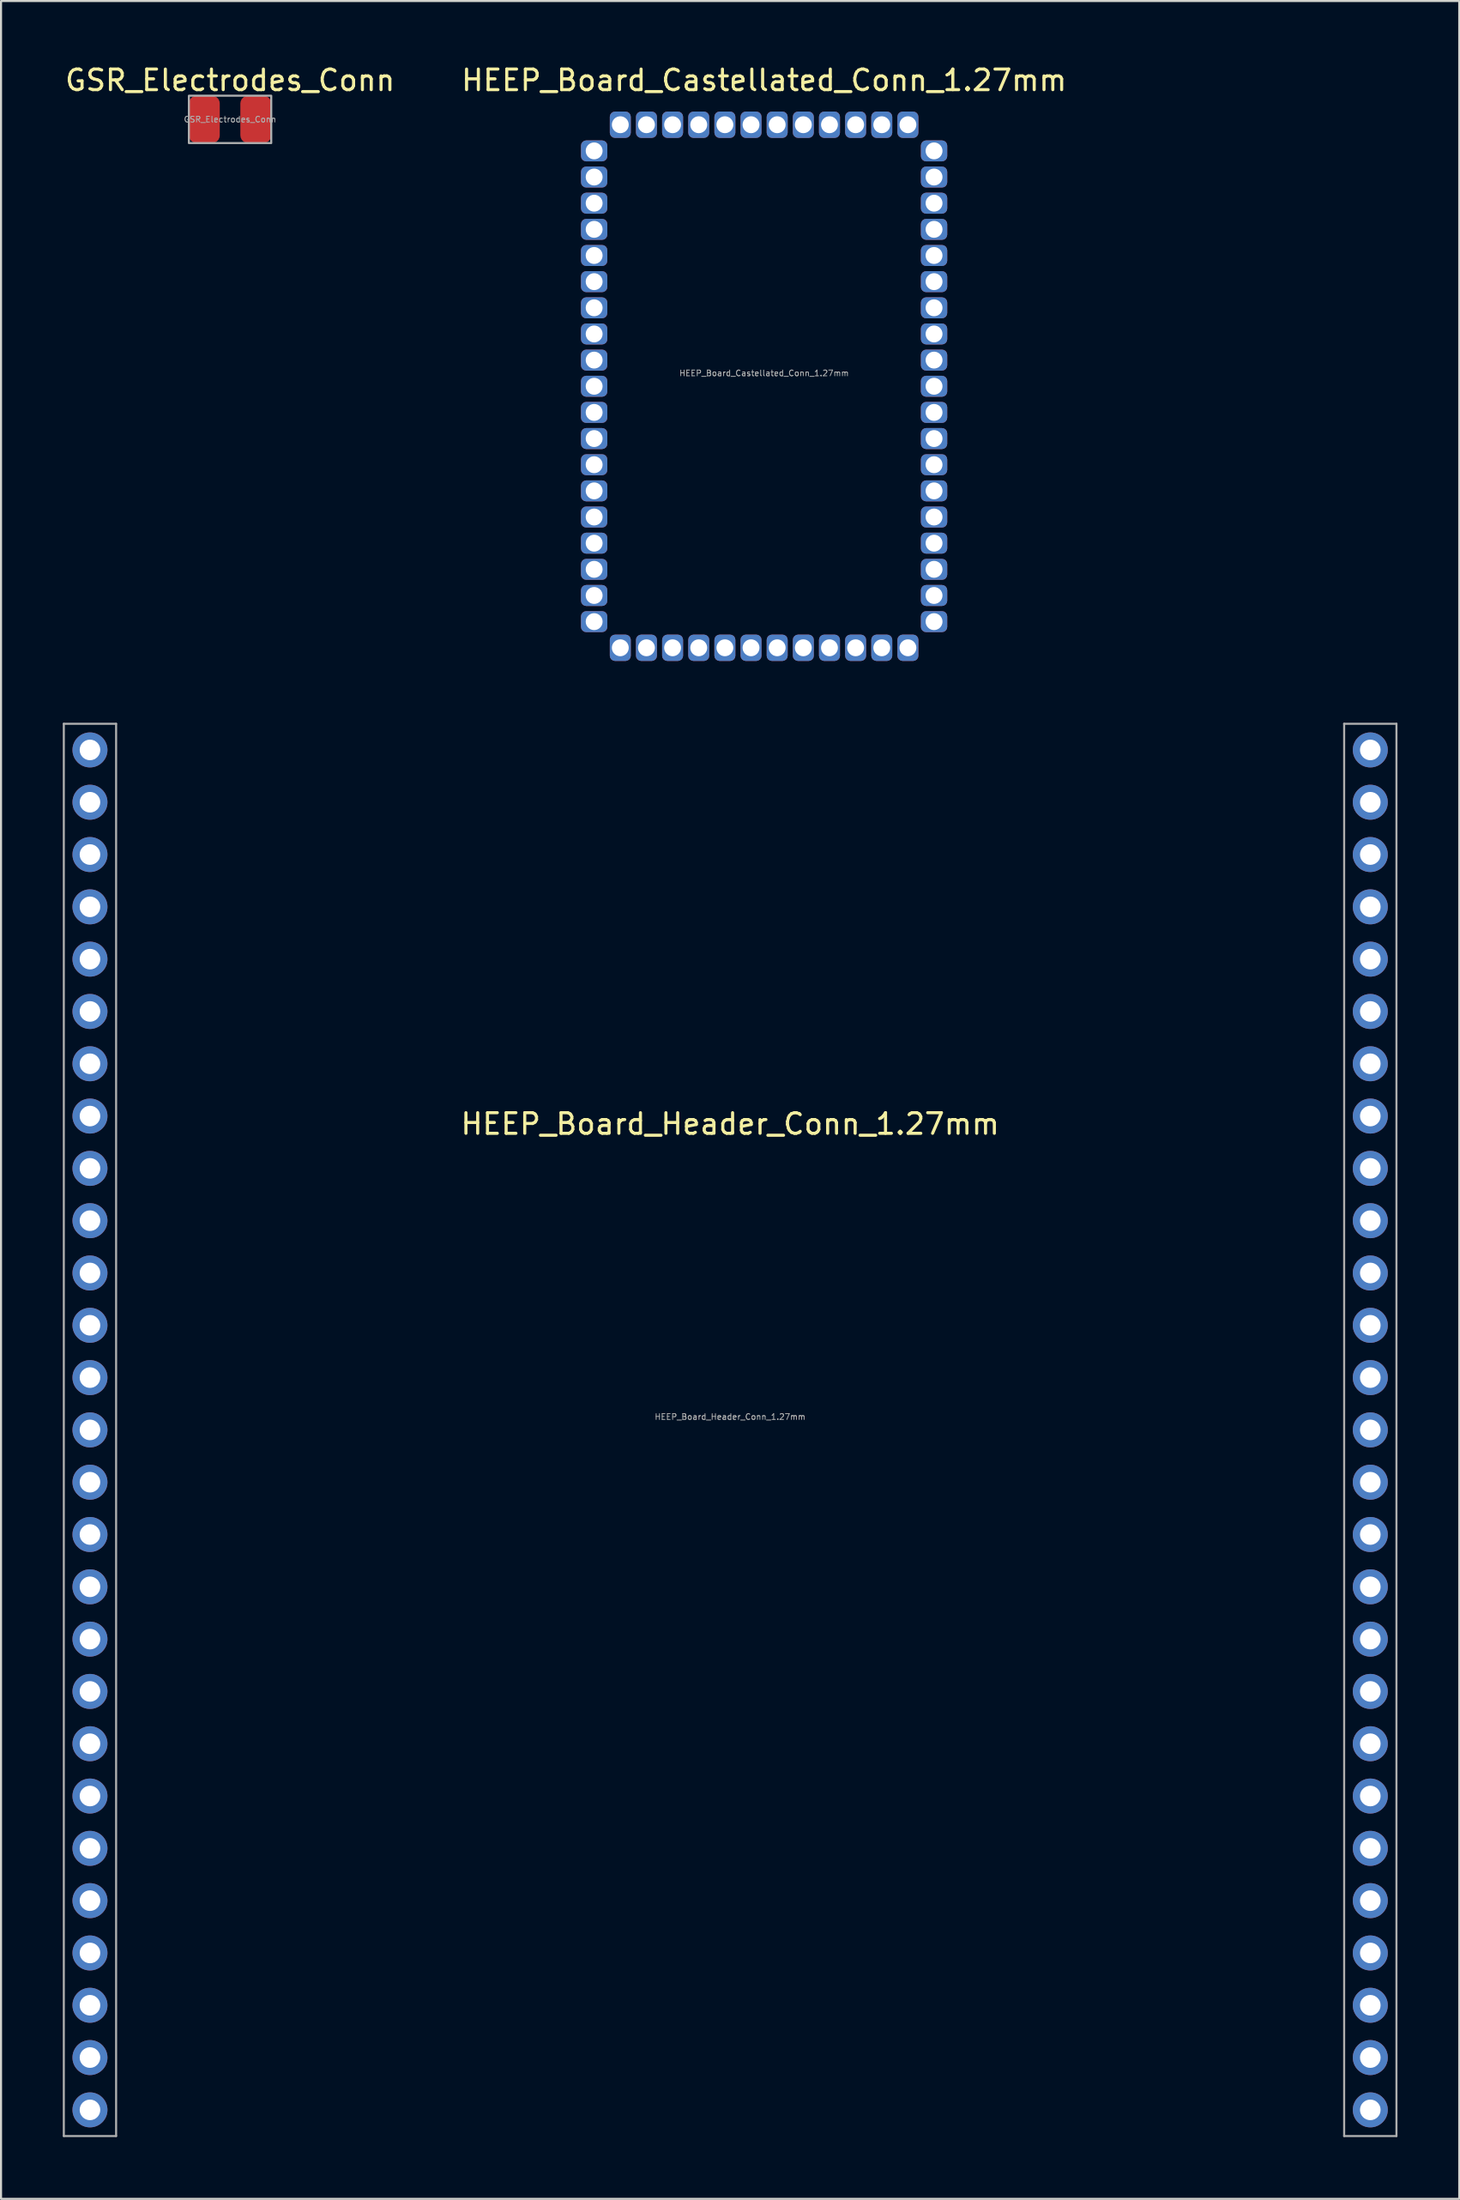
<source format=kicad_pcb>
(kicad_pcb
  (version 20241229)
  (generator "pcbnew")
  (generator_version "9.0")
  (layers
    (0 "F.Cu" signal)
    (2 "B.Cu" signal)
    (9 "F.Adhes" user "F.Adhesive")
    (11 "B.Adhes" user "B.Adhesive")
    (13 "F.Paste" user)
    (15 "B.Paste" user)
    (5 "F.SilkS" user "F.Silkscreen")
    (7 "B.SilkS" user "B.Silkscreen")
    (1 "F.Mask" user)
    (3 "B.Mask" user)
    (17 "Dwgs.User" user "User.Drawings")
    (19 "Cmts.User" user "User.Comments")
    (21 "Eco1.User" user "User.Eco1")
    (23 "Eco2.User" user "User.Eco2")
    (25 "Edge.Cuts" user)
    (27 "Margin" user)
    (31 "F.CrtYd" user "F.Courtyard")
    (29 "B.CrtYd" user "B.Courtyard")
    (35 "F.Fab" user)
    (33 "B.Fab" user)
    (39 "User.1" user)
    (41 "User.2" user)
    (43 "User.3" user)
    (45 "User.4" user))
  (footprint "GSR_Electrodes_Conn"
    (layer "F.Cu")
    (at 8.125 2.748)
    (property "Reference" "GSR_Electrodes_Conn" (at 0 -1.9 0) (unlocked yes) (layer "F.SilkS") (effects (font (size 1 1) (thickness 0.15))))
    (attr smd)
    (fp_rect (start -2 -1.15) (end 2 1.15) (stroke (width 0.1) (type solid)) (fill no) (layer "F.Fab"))
    (fp_text user "${REFERENCE}" (at 0 0 0) (unlocked yes) (layer "F.Fab") (effects (font (size 0.28 0.28) (thickness 0.042))))
    (pad "1" smd roundrect (at -1.25 0) (size 1.5 2.3) (layers "F.Cu" "F.Mask" "F.Paste") (roundrect_rratio 0.25))
    (pad "2" smd roundrect (at 1.25 0) (size 1.5 2.3) (layers "F.Cu" "F.Mask" "F.Paste") (roundrect_rratio 0.25)))
  (footprint "HEEP_Board_Castellated_Conn_1.27mm"
    (layer "F.Cu")
    (at 34.065 15.707)
    (property "Reference" "HEEP_Board_Castellated_Conn_1.27mm" (at 0 -14.859 0) (unlocked yes) (layer "F.SilkS") (effects (font (size 1 1) (thickness 0.15))))
    (attr smd)
    (fp_rect (start -8.255 12.7) (end 8.255 -12.7) (stroke (width 0.1) (type default)) (fill no) (layer "User.1"))
    (fp_text user "${REFERENCE}" (at 0 -0.635 0) (unlocked yes) (layer "F.Fab") (effects (font (size 0.28 0.28) (thickness 0.042))))
    (pad "1" thru_hole roundrect (at -8.255 -11.43 270) (size 1.02 1.28) (drill 0.82) (property pad_prop_castellated) (layers "*.Cu" "*.Mask") (roundrect_rratio 0.25))
    (pad "2" thru_hole roundrect (at -8.255 -10.16 270) (size 1.02 1.28) (drill 0.82) (property pad_prop_castellated) (layers "*.Cu" "*.Mask") (roundrect_rratio 0.25))
    (pad "3" thru_hole roundrect (at -8.255 -8.89 270) (size 1.02 1.28) (drill 0.82) (property pad_prop_castellated) (layers "*.Cu" "*.Mask") (roundrect_rratio 0.25))
    (pad "4" thru_hole roundrect (at -8.255 -7.62 270) (size 1.02 1.28) (drill 0.82) (property pad_prop_castellated) (layers "*.Cu" "*.Mask") (roundrect_rratio 0.25))
    (pad "5" thru_hole roundrect (at -8.255 -6.35 270) (size 1.02 1.28) (drill 0.82) (property pad_prop_castellated) (layers "*.Cu" "*.Mask") (roundrect_rratio 0.25))
    (pad "6" thru_hole roundrect (at -8.255 -5.08 270) (size 1.02 1.28) (drill 0.82) (property pad_prop_castellated) (layers "*.Cu" "*.Mask") (roundrect_rratio 0.25))
    (pad "7" thru_hole roundrect (at -8.255 -3.81 270) (size 1.02 1.28) (drill 0.82) (property pad_prop_castellated) (layers "*.Cu" "*.Mask") (roundrect_rratio 0.25))
    (pad "8" thru_hole roundrect (at -8.255 -2.54 270) (size 1.02 1.28) (drill 0.82) (property pad_prop_castellated) (layers "*.Cu" "*.Mask") (roundrect_rratio 0.25))
    (pad "9" thru_hole roundrect (at -8.255 -1.27 90) (size 1.02 1.28) (drill 0.82) (property pad_prop_castellated) (layers "*.Cu" "*.Mask") (roundrect_rratio 0.25))
    (pad "10" thru_hole roundrect (at -8.255 0 90) (size 1.02 1.28) (drill 0.82) (property pad_prop_castellated) (layers "*.Cu" "*.Mask") (roundrect_rratio 0.25))
    (pad "11" thru_hole roundrect (at -8.255 1.27 90) (size 1.02 1.28) (drill 0.82) (property pad_prop_castellated) (layers "*.Cu" "*.Mask") (roundrect_rratio 0.25))
    (pad "12" thru_hole roundrect (at -8.255 2.54 90) (size 1.02 1.28) (drill 0.82) (property pad_prop_castellated) (layers "*.Cu" "*.Mask") (roundrect_rratio 0.25))
    (pad "13" thru_hole roundrect (at -8.255 3.81 90) (size 1.02 1.28) (drill 0.82) (property pad_prop_castellated) (layers "*.Cu" "*.Mask") (roundrect_rratio 0.25))
    (pad "14" thru_hole roundrect (at -8.255 5.08 90) (size 1.02 1.28) (drill 0.82) (property pad_prop_castellated) (layers "*.Cu" "*.Mask") (roundrect_rratio 0.25))
    (pad "15" thru_hole roundrect (at -8.255 6.35 90) (size 1.02 1.28) (drill 0.82) (property pad_prop_castellated) (layers "*.Cu" "*.Mask") (roundrect_rratio 0.25))
    (pad "16" thru_hole roundrect (at -8.255 7.62 90) (size 1.02 1.28) (drill 0.82) (property pad_prop_castellated) (layers "*.Cu" "*.Mask") (roundrect_rratio 0.25))
    (pad "17" thru_hole roundrect (at -8.255 8.89 90) (size 1.02 1.28) (drill 0.82) (property pad_prop_castellated) (layers "*.Cu" "*.Mask") (roundrect_rratio 0.25))
    (pad "18" thru_hole roundrect (at -8.255 10.16 90) (size 1.02 1.28) (drill 0.82) (property pad_prop_castellated) (layers "*.Cu" "*.Mask") (roundrect_rratio 0.25))
    (pad "19" thru_hole roundrect (at -8.255 11.43 90) (size 1.02 1.28) (drill 0.82) (property pad_prop_castellated) (layers "*.Cu" "*.Mask") (roundrect_rratio 0.25))
    (pad "20" thru_hole roundrect (at -6.985 12.7 180) (size 1.02 1.28) (drill 0.82) (property pad_prop_castellated) (layers "*.Cu" "*.Mask") (roundrect_rratio 0.25))
    (pad "21" thru_hole roundrect (at -5.715 12.7 180) (size 1.02 1.28) (drill 0.82) (property pad_prop_castellated) (layers "*.Cu" "*.Mask") (roundrect_rratio 0.25))
    (pad "22" thru_hole roundrect (at -4.445 12.7 180) (size 1.02 1.28) (drill 0.82) (property pad_prop_castellated) (layers "*.Cu" "*.Mask") (roundrect_rratio 0.25))
    (pad "23" thru_hole roundrect (at -3.175 12.7 180) (size 1.02 1.28) (drill 0.82) (property pad_prop_castellated) (layers "*.Cu" "*.Mask") (roundrect_rratio 0.25))
    (pad "24" thru_hole roundrect (at -1.905 12.7 180) (size 1.02 1.28) (drill 0.82) (property pad_prop_castellated) (layers "*.Cu" "*.Mask") (roundrect_rratio 0.25))
    (pad "25" thru_hole roundrect (at -0.635 12.7 180) (size 1.02 1.28) (drill 0.82) (property pad_prop_castellated) (layers "*.Cu" "*.Mask") (roundrect_rratio 0.25))
    (pad "26" thru_hole roundrect (at 0.635 12.7) (size 1.02 1.28) (drill 0.82) (property pad_prop_castellated) (layers "*.Cu" "*.Mask") (roundrect_rratio 0.25))
    (pad "27" thru_hole roundrect (at 1.905 12.7) (size 1.02 1.28) (drill 0.82) (property pad_prop_castellated) (layers "*.Cu" "*.Mask") (roundrect_rratio 0.25))
    (pad "28" thru_hole roundrect (at 3.175 12.7) (size 1.02 1.28) (drill 0.82) (property pad_prop_castellated) (layers "*.Cu" "*.Mask") (roundrect_rratio 0.25))
    (pad "29" thru_hole roundrect (at 4.445 12.7) (size 1.02 1.28) (drill 0.82) (property pad_prop_castellated) (layers "*.Cu" "*.Mask") (roundrect_rratio 0.25))
    (pad "30" thru_hole roundrect (at 5.715 12.7) (size 1.02 1.28) (drill 0.82) (property pad_prop_castellated) (layers "*.Cu" "*.Mask") (roundrect_rratio 0.25))
    (pad "31" thru_hole roundrect (at 6.985 12.7) (size 1.02 1.28) (drill 0.82) (property pad_prop_castellated) (layers "*.Cu" "*.Mask") (roundrect_rratio 0.25))
    (pad "32" thru_hole roundrect (at 8.255 11.43 270) (size 1.02 1.28) (drill 0.82) (property pad_prop_castellated) (layers "*.Cu" "*.Mask") (roundrect_rratio 0.25))
    (pad "33" thru_hole roundrect (at 8.255 10.16 270) (size 1.02 1.28) (drill 0.82) (property pad_prop_castellated) (layers "*.Cu" "*.Mask") (roundrect_rratio 0.25))
    (pad "34" thru_hole roundrect (at 8.255 8.89 270) (size 1.02 1.28) (drill 0.82) (property pad_prop_castellated) (layers "*.Cu" "*.Mask") (roundrect_rratio 0.25))
    (pad "35" thru_hole roundrect (at 8.255 7.62 270) (size 1.02 1.28) (drill 0.82) (property pad_prop_castellated) (layers "*.Cu" "*.Mask") (roundrect_rratio 0.25))
    (pad "36" thru_hole roundrect (at 8.255 6.35 270) (size 1.02 1.28) (drill 0.82) (property pad_prop_castellated) (layers "*.Cu" "*.Mask") (roundrect_rratio 0.25))
    (pad "37" thru_hole roundrect (at 8.255 5.08 270) (size 1.02 1.28) (drill 0.82) (property pad_prop_castellated) (layers "*.Cu" "*.Mask") (roundrect_rratio 0.25))
    (pad "38" thru_hole roundrect (at 8.255 3.81 270) (size 1.02 1.28) (drill 0.82) (property pad_prop_castellated) (layers "*.Cu" "*.Mask") (roundrect_rratio 0.25))
    (pad "39" thru_hole roundrect (at 8.255 2.54 270) (size 1.02 1.28) (drill 0.82) (property pad_prop_castellated) (layers "*.Cu" "*.Mask") (roundrect_rratio 0.25))
    (pad "40" thru_hole roundrect (at 8.255 1.27 270) (size 1.02 1.28) (drill 0.82) (property pad_prop_castellated) (layers "*.Cu" "*.Mask") (roundrect_rratio 0.25))
    (pad "41" thru_hole roundrect (at 8.255 0 270) (size 1.02 1.28) (drill 0.82) (property pad_prop_castellated) (layers "*.Cu" "*.Mask") (roundrect_rratio 0.25))
    (pad "42" thru_hole roundrect (at 8.255 -1.27 90) (size 1.02 1.28) (drill 0.82) (property pad_prop_castellated) (layers "*.Cu" "*.Mask") (roundrect_rratio 0.25))
    (pad "43" thru_hole roundrect (at 8.255 -2.54 90) (size 1.02 1.28) (drill 0.82) (property pad_prop_castellated) (layers "*.Cu" "*.Mask") (roundrect_rratio 0.25))
    (pad "44" thru_hole roundrect (at 8.255 -3.81 90) (size 1.02 1.28) (drill 0.82) (property pad_prop_castellated) (layers "*.Cu" "*.Mask") (roundrect_rratio 0.25))
    (pad "45" thru_hole roundrect (at 8.255 -5.08 90) (size 1.02 1.28) (drill 0.82) (property pad_prop_castellated) (layers "*.Cu" "*.Mask") (roundrect_rratio 0.25))
    (pad "46" thru_hole roundrect (at 8.255 -6.35 90) (size 1.02 1.28) (drill 0.82) (property pad_prop_castellated) (layers "*.Cu" "*.Mask") (roundrect_rratio 0.25))
    (pad "47" thru_hole roundrect (at 8.255 -7.62 90) (size 1.02 1.28) (drill 0.82) (property pad_prop_castellated) (layers "*.Cu" "*.Mask") (roundrect_rratio 0.25))
    (pad "48" thru_hole roundrect (at 8.255 -8.89 90) (size 1.02 1.28) (drill 0.82) (property pad_prop_castellated) (layers "*.Cu" "*.Mask") (roundrect_rratio 0.25))
    (pad "49" thru_hole roundrect (at 8.255 -10.16 270) (size 1.02 1.28) (drill 0.82) (property pad_prop_castellated) (layers "*.Cu" "*.Mask") (roundrect_rratio 0.25))
    (pad "50" thru_hole roundrect (at 8.255 -11.43 270) (size 1.02 1.28) (drill 0.82) (property pad_prop_castellated) (layers "*.Cu" "*.Mask") (roundrect_rratio 0.25))
    (pad "51" thru_hole roundrect (at 6.985 -12.7) (size 1.02 1.28) (drill 0.82) (property pad_prop_castellated) (layers "*.Cu" "*.Mask") (roundrect_rratio 0.25))
    (pad "52" thru_hole roundrect (at 5.715 -12.7) (size 1.02 1.28) (drill 0.82) (property pad_prop_castellated) (layers "*.Cu" "*.Mask") (roundrect_rratio 0.25))
    (pad "53" thru_hole roundrect (at 4.445 -12.7) (size 1.02 1.28) (drill 0.82) (property pad_prop_castellated) (layers "*.Cu" "*.Mask") (roundrect_rratio 0.25))
    (pad "54" thru_hole roundrect (at 3.175 -12.7) (size 1.02 1.28) (drill 0.82) (property pad_prop_castellated) (layers "*.Cu" "*.Mask") (roundrect_rratio 0.25))
    (pad "55" thru_hole roundrect (at 1.905 -12.7) (size 1.02 1.28) (drill 0.82) (property pad_prop_castellated) (layers "*.Cu" "*.Mask") (roundrect_rratio 0.25))
    (pad "56" thru_hole roundrect (at 0.635 -12.7 180) (size 1.02 1.28) (drill 0.82) (property pad_prop_castellated) (layers "*.Cu" "*.Mask") (roundrect_rratio 0.25))
    (pad "57" thru_hole roundrect (at -0.635 -12.7 180) (size 1.02 1.28) (drill 0.82) (property pad_prop_castellated) (layers "*.Cu" "*.Mask") (roundrect_rratio 0.25))
    (pad "58" thru_hole roundrect (at -1.905 -12.7 180) (size 1.02 1.28) (drill 0.82) (property pad_prop_castellated) (layers "*.Cu" "*.Mask") (roundrect_rratio 0.25))
    (pad "59" thru_hole roundrect (at -3.175 -12.7 180) (size 1.02 1.28) (drill 0.82) (property pad_prop_castellated) (layers "*.Cu" "*.Mask") (roundrect_rratio 0.25))
    (pad "60" thru_hole roundrect (at -4.445 -12.7 180) (size 1.02 1.28) (drill 0.82) (property pad_prop_castellated) (layers "*.Cu" "*.Mask") (roundrect_rratio 0.25))
    (pad "61" thru_hole roundrect (at -5.715 -12.7 180) (size 1.02 1.28) (drill 0.82) (property pad_prop_castellated) (layers "*.Cu" "*.Mask") (roundrect_rratio 0.25))
    (pad "62" thru_hole roundrect (at -6.985 -12.7 180) (size 1.02 1.28) (drill 0.82) (property pad_prop_castellated) (layers "*.Cu" "*.Mask") (roundrect_rratio 0.25)))
  (footprint "HEEP_Board_Header_Conn_1.27mm"
    (layer "F.Cu")
    (at 32.415 66.387)
    (property "Reference" "HEEP_Board_Header_Conn_1.27mm" (at 0 -14.859 0) (unlocked yes) (layer "F.SilkS") (effects (font (size 1 1) (thickness 0.15))))
    (attr smd)
    (fp_line (start -32.365 -34.29) (end -29.825 -34.29) (stroke (width 0.1) (type solid)) (layer "F.Fab"))
    (fp_line (start -32.365 34.29) (end -32.365 -34.29) (stroke (width 0.1) (type solid)) (layer "F.Fab"))
    (fp_line (start -29.825 -34.29) (end -29.825 34.29) (stroke (width 0.1) (type solid)) (layer "F.Fab"))
    (fp_line (start -29.825 34.29) (end -32.365 34.29) (stroke (width 0.1) (type solid)) (layer "F.Fab"))
    (fp_line (start 29.825 -34.29) (end 29.825 34.29) (stroke (width 0.1) (type solid)) (layer "F.Fab"))
    (fp_line (start 29.825 34.29) (end 32.365 34.29) (stroke (width 0.1) (type solid)) (layer "F.Fab"))
    (fp_line (start 32.365 -34.29) (end 29.825 -34.29) (stroke (width 0.1) (type solid)) (layer "F.Fab"))
    (fp_line (start 32.365 34.29) (end 32.365 -34.29) (stroke (width 0.1) (type solid)) (layer "F.Fab"))
    (fp_text user "${REFERENCE}" (at 0 -0.635 0) (unlocked yes) (layer "F.Fab") (effects (font (size 0.28 0.28) (thickness 0.042))))
    (pad "1" thru_hole oval (at -31.095 -33.02) (size 1.7 1.7) (drill 1) (layers "*.Cu" "*.Mask"))
    (pad "2" thru_hole oval (at -31.095 -30.48) (size 1.7 1.7) (drill 1) (layers "*.Cu" "*.Mask"))
    (pad "3" thru_hole oval (at -31.095 -27.94) (size 1.7 1.7) (drill 1) (layers "*.Cu" "*.Mask"))
    (pad "4" thru_hole oval (at -31.095 -25.4) (size 1.7 1.7) (drill 1) (layers "*.Cu" "*.Mask"))
    (pad "5" thru_hole oval (at -31.095 -22.86) (size 1.7 1.7) (drill 1) (layers "*.Cu" "*.Mask"))
    (pad "6" thru_hole oval (at -31.095 -20.32) (size 1.7 1.7) (drill 1) (layers "*.Cu" "*.Mask"))
    (pad "7" thru_hole oval (at -31.095 -17.78) (size 1.7 1.7) (drill 1) (layers "*.Cu" "*.Mask"))
    (pad "8" thru_hole oval (at -31.095 -15.24) (size 1.7 1.7) (drill 1) (layers "*.Cu" "*.Mask"))
    (pad "9" thru_hole oval (at -31.095 -12.7) (size 1.7 1.7) (drill 1) (layers "*.Cu" "*.Mask"))
    (pad "10" thru_hole oval (at -31.095 -10.16) (size 1.7 1.7) (drill 1) (layers "*.Cu" "*.Mask"))
    (pad "11" thru_hole oval (at -31.095 -7.62) (size 1.7 1.7) (drill 1) (layers "*.Cu" "*.Mask"))
    (pad "12" thru_hole oval (at -31.095 -5.08) (size 1.7 1.7) (drill 1) (layers "*.Cu" "*.Mask"))
    (pad "13" thru_hole oval (at -31.095 -2.54) (size 1.7 1.7) (drill 1) (layers "*.Cu" "*.Mask"))
    (pad "14" thru_hole oval (at -31.095 0) (size 1.7 1.7) (drill 1) (layers "*.Cu" "*.Mask"))
    (pad "15" thru_hole oval (at -31.095 2.54) (size 1.7 1.7) (drill 1) (layers "*.Cu" "*.Mask"))
    (pad "16" thru_hole oval (at -31.095 5.08) (size 1.7 1.7) (drill 1) (layers "*.Cu" "*.Mask"))
    (pad "17" thru_hole oval (at -31.095 7.62) (size 1.7 1.7) (drill 1) (layers "*.Cu" "*.Mask"))
    (pad "18" thru_hole oval (at -31.095 10.16) (size 1.7 1.7) (drill 1) (layers "*.Cu" "*.Mask"))
    (pad "19" thru_hole oval (at -31.095 12.7) (size 1.7 1.7) (drill 1) (layers "*.Cu" "*.Mask"))
    (pad "20" thru_hole oval (at -31.095 15.24) (size 1.7 1.7) (drill 1) (layers "*.Cu" "*.Mask"))
    (pad "21" thru_hole oval (at -31.095 17.78) (size 1.7 1.7) (drill 1) (layers "*.Cu" "*.Mask"))
    (pad "22" thru_hole oval (at -31.095 20.32) (size 1.7 1.7) (drill 1) (layers "*.Cu" "*.Mask"))
    (pad "23" thru_hole oval (at -31.095 22.86) (size 1.7 1.7) (drill 1) (layers "*.Cu" "*.Mask"))
    (pad "24" thru_hole oval (at -31.095 25.4) (size 1.7 1.7) (drill 1) (layers "*.Cu" "*.Mask"))
    (pad "25" thru_hole oval (at -31.095 27.94) (size 1.7 1.7) (drill 1) (layers "*.Cu" "*.Mask"))
    (pad "26" thru_hole oval (at -31.095 30.48) (size 1.7 1.7) (drill 1) (layers "*.Cu" "*.Mask"))
    (pad "27" thru_hole oval (at -31.095 33.02) (size 1.7 1.7) (drill 1) (layers "*.Cu" "*.Mask"))
    (pad "28" thru_hole oval (at 31.095 33.02 180) (size 1.7 1.7) (drill 1) (layers "*.Cu" "*.Mask"))
    (pad "29" thru_hole oval (at 31.095 30.48 180) (size 1.7 1.7) (drill 1) (layers "*.Cu" "*.Mask"))
    (pad "30" thru_hole oval (at 31.095 27.94 180) (size 1.7 1.7) (drill 1) (layers "*.Cu" "*.Mask"))
    (pad "31" thru_hole oval (at 31.095 25.4 180) (size 1.7 1.7) (drill 1) (layers "*.Cu" "*.Mask"))
    (pad "32" thru_hole oval (at 31.095 22.86) (size 1.7 1.7) (drill 1) (layers "*.Cu" "*.Mask"))
    (pad "33" thru_hole oval (at 31.095 20.32) (size 1.7 1.7) (drill 1) (layers "*.Cu" "*.Mask"))
    (pad "34" thru_hole oval (at 31.095 17.78) (size 1.7 1.7) (drill 1) (layers "*.Cu" "*.Mask"))
    (pad "35" thru_hole oval (at 31.095 15.24) (size 1.7 1.7) (drill 1) (layers "*.Cu" "*.Mask"))
    (pad "36" thru_hole oval (at 31.095 12.7) (size 1.7 1.7) (drill 1) (layers "*.Cu" "*.Mask"))
    (pad "37" thru_hole oval (at 31.095 10.16) (size 1.7 1.7) (drill 1) (layers "*.Cu" "*.Mask"))
    (pad "38" thru_hole oval (at 31.095 7.62) (size 1.7 1.7) (drill 1) (layers "*.Cu" "*.Mask"))
    (pad "39" thru_hole oval (at 31.095 5.08) (size 1.7 1.7) (drill 1) (layers "*.Cu" "*.Mask"))
    (pad "40" thru_hole oval (at 31.095 2.54) (size 1.7 1.7) (drill 1) (layers "*.Cu" "*.Mask"))
    (pad "41" thru_hole oval (at 31.095 0) (size 1.7 1.7) (drill 1) (layers "*.Cu" "*.Mask"))
    (pad "42" thru_hole oval (at 31.095 -2.54) (size 1.7 1.7) (drill 1) (layers "*.Cu" "*.Mask"))
    (pad "43" thru_hole oval (at 31.095 -5.08) (size 1.7 1.7) (drill 1) (layers "*.Cu" "*.Mask"))
    (pad "44" thru_hole oval (at 31.095 -7.62) (size 1.7 1.7) (drill 1) (layers "*.Cu" "*.Mask"))
    (pad "45" thru_hole oval (at 31.095 -10.16) (size 1.7 1.7) (drill 1) (layers "*.Cu" "*.Mask"))
    (pad "46" thru_hole oval (at 31.095 -12.7) (size 1.7 1.7) (drill 1) (layers "*.Cu" "*.Mask"))
    (pad "47" thru_hole oval (at 31.095 -15.24) (size 1.7 1.7) (drill 1) (layers "*.Cu" "*.Mask"))
    (pad "48" thru_hole oval (at 31.095 -17.78) (size 1.7 1.7) (drill 1) (layers "*.Cu" "*.Mask"))
    (pad "49" thru_hole oval (at 31.095 -20.32) (size 1.7 1.7) (drill 1) (layers "*.Cu" "*.Mask"))
    (pad "50" thru_hole oval (at 31.095 -22.86) (size 1.7 1.7) (drill 1) (layers "*.Cu" "*.Mask"))
    (pad "51" thru_hole oval (at 31.095 -25.4) (size 1.7 1.7) (drill 1) (layers "*.Cu" "*.Mask"))
    (pad "52" thru_hole oval (at 31.095 -27.94) (size 1.7 1.7) (drill 1) (layers "*.Cu" "*.Mask"))
    (pad "53" thru_hole oval (at 31.095 -30.48) (size 1.7 1.7) (drill 1) (layers "*.Cu" "*.Mask"))
    (pad "54" thru_hole oval (at 31.095 -33.02) (size 1.7 1.7) (drill 1) (layers "*.Cu" "*.Mask")))
  (gr_rect
    (start -3 -3)
    (end 67.83 103.727)
    (stroke (width 0.1) (type default))
    (fill no)
    (layer "Edge.Cuts")))
</source>
